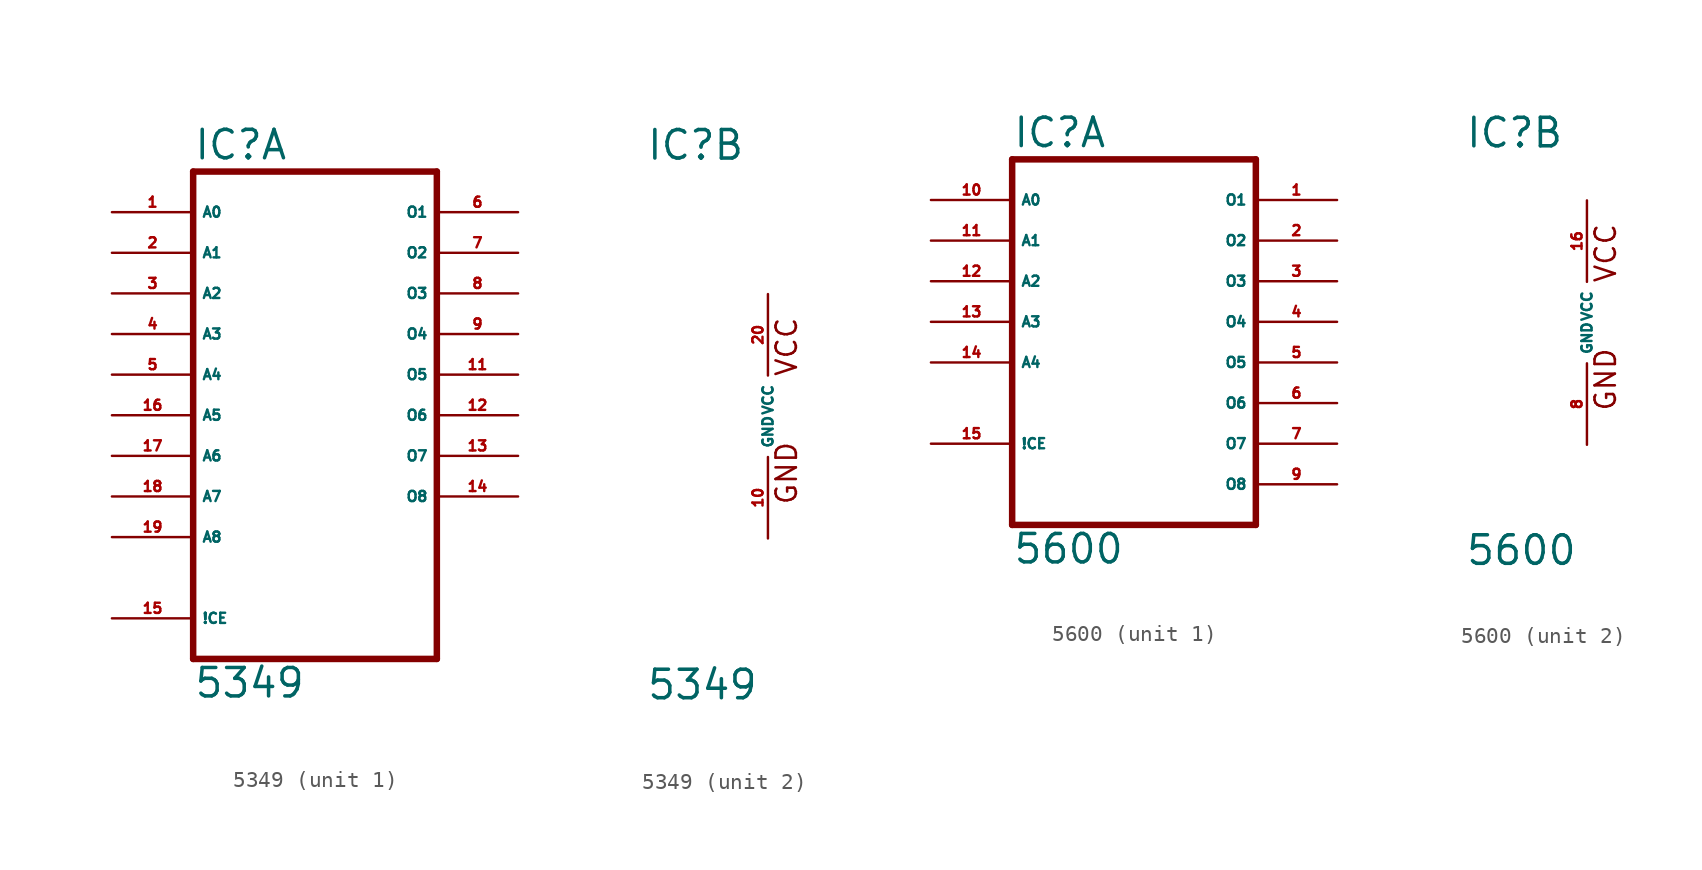
<source format=kicad_sym>
(kicad_symbol_lib
  (version 20220914)
  (generator Eagle2Kicad)
  (symbol "5349"
    (property "Reference" "IC"
      (at -7.62 15.875 0)
      (effects (font (size 1.778 1.778) (thickness 0.22)) (justify left bottom)))
    (property "Value" "5349"
      (at -7.62 -17.78 0)
      (effects (font (size 1.778 1.778) (thickness 0.22)) (justify left bottom)))
    (symbol "5349_1_0"
      (polyline (pts (xy -7.62 -15.24) (xy 7.62 -15.24)) (stroke (width 0.406) (type default)) (fill (type none)))
      (polyline (pts (xy 7.62 -15.24) (xy 7.62 15.24)) (stroke (width 0.406) (type default)) (fill (type none)))
      (polyline (pts (xy 7.62 15.24) (xy -7.62 15.24)) (stroke (width 0.406) (type default)) (fill (type none)))
      (polyline (pts (xy -7.62 15.24) (xy -7.62 -15.24)) (stroke (width 0.406) (type default)) (fill (type none)))
      (pin input line (at -12.7 12.7 0) (length 5.08) (name "A0" (effects (font (size 0.635 0.635) (thickness 0.08)) (justify left bottom))) (number "1" (effects (font (size 0.635 0.635) (thickness 0.08)) (justify left bottom))))
      (pin input line (at -12.7 10.16 0) (length 5.08) (name "A1" (effects (font (size 0.635 0.635) (thickness 0.08)) (justify left bottom))) (number "2" (effects (font (size 0.635 0.635) (thickness 0.08)) (justify left bottom))))
      (pin input line (at -12.7 7.62 0) (length 5.08) (name "A2" (effects (font (size 0.635 0.635) (thickness 0.08)) (justify left bottom))) (number "3" (effects (font (size 0.635 0.635) (thickness 0.08)) (justify left bottom))))
      (pin input line (at -12.7 5.08 0) (length 5.08) (name "A3" (effects (font (size 0.635 0.635) (thickness 0.08)) (justify left bottom))) (number "4" (effects (font (size 0.635 0.635) (thickness 0.08)) (justify left bottom))))
      (pin input line (at -12.7 2.54 0) (length 5.08) (name "A4" (effects (font (size 0.635 0.635) (thickness 0.08)) (justify left bottom))) (number "5" (effects (font (size 0.635 0.635) (thickness 0.08)) (justify left bottom))))
      (pin tri_state line (at 12.7 12.7 180) (length 5.08) (name "O1" (effects (font (size 0.635 0.635) (thickness 0.08)) (justify left bottom))) (number "6" (effects (font (size 0.635 0.635) (thickness 0.08)) (justify left bottom))))
      (pin tri_state line (at 12.7 10.16 180) (length 5.08) (name "O2" (effects (font (size 0.635 0.635) (thickness 0.08)) (justify left bottom))) (number "7" (effects (font (size 0.635 0.635) (thickness 0.08)) (justify left bottom))))
      (pin tri_state line (at 12.7 7.62 180) (length 5.08) (name "O3" (effects (font (size 0.635 0.635) (thickness 0.08)) (justify left bottom))) (number "8" (effects (font (size 0.635 0.635) (thickness 0.08)) (justify left bottom))))
      (pin tri_state line (at 12.7 5.08 180) (length 5.08) (name "O4" (effects (font (size 0.635 0.635) (thickness 0.08)) (justify left bottom))) (number "9" (effects (font (size 0.635 0.635) (thickness 0.08)) (justify left bottom))))
      (pin tri_state line (at 12.7 2.54 180) (length 5.08) (name "O5" (effects (font (size 0.635 0.635) (thickness 0.08)) (justify left bottom))) (number "11" (effects (font (size 0.635 0.635) (thickness 0.08)) (justify left bottom))))
      (pin tri_state line (at 12.7 0 180) (length 5.08) (name "O6" (effects (font (size 0.635 0.635) (thickness 0.08)) (justify left bottom))) (number "12" (effects (font (size 0.635 0.635) (thickness 0.08)) (justify left bottom))))
      (pin tri_state line (at 12.7 -2.54 180) (length 5.08) (name "O7" (effects (font (size 0.635 0.635) (thickness 0.08)) (justify left bottom))) (number "13" (effects (font (size 0.635 0.635) (thickness 0.08)) (justify left bottom))))
      (pin tri_state line (at 12.7 -5.08 180) (length 5.08) (name "O8" (effects (font (size 0.635 0.635) (thickness 0.08)) (justify left bottom))) (number "14" (effects (font (size 0.635 0.635) (thickness 0.08)) (justify left bottom))))
      (pin input line (at -12.7 -12.7 0) (length 5.08) (name "!CE" (effects (font (size 0.635 0.635) (thickness 0.08)) (justify left bottom))) (number "15" (effects (font (size 0.635 0.635) (thickness 0.08)) (justify left bottom))))
      (pin input line (at -12.7 0 0) (length 5.08) (name "A5" (effects (font (size 0.635 0.635) (thickness 0.08)) (justify left bottom))) (number "16" (effects (font (size 0.635 0.635) (thickness 0.08)) (justify left bottom))))
      (pin input line (at -12.7 -2.54 0) (length 5.08) (name "A6" (effects (font (size 0.635 0.635) (thickness 0.08)) (justify left bottom))) (number "17" (effects (font (size 0.635 0.635) (thickness 0.08)) (justify left bottom))))
      (pin input line (at -12.7 -5.08 0) (length 5.08) (name "A7" (effects (font (size 0.635 0.635) (thickness 0.08)) (justify left bottom))) (number "18" (effects (font (size 0.635 0.635) (thickness 0.08)) (justify left bottom))))
      (pin input line (at -12.7 -7.62 0) (length 5.08) (name "A8" (effects (font (size 0.635 0.635) (thickness 0.08)) (justify left bottom))) (number "19" (effects (font (size 0.635 0.635) (thickness 0.08)) (justify left bottom)))))
    (symbol "5349_2_0"
      (text "GND" (at 1.905 -5.588 900) (effects (font (size 1.27 1.27) (thickness 0.16)) (justify left bottom)))
      (text "VCC" (at 1.905 2.413 900) (effects (font (size 1.27 1.27) (thickness 0.16)) (justify left bottom)))
      (pin unspecified line (at 0 -7.62 90) (length 5.08) (name "GND" (effects (font (size 0.635 0.635) (thickness 0.08)) (justify left bottom))) (number "10" (effects (font (size 0.635 0.635) (thickness 0.08)) (justify left bottom))))
      (pin unspecified line (at 0 7.62 270) (length 5.08) (name "VCC" (effects (font (size 0.635 0.635) (thickness 0.08)) (justify left bottom))) (number "20" (effects (font (size 0.635 0.635) (thickness 0.08)) (justify left bottom))))))
  (symbol "5600"
    (property "Reference" "IC"
      (at -7.62 10.795 0)
      (effects (font (size 1.778 1.778) (thickness 0.22)) (justify left bottom)))
    (property "Value" "5600"
      (at -7.62 -15.24 0)
      (effects (font (size 1.778 1.778) (thickness 0.22)) (justify left bottom)))
    (symbol "5600_1_0"
      (polyline (pts (xy -7.62 -12.7) (xy 7.62 -12.7)) (stroke (width 0.406) (type default)) (fill (type none)))
      (polyline (pts (xy 7.62 -12.7) (xy 7.62 10.16)) (stroke (width 0.406) (type default)) (fill (type none)))
      (polyline (pts (xy 7.62 10.16) (xy -7.62 10.16)) (stroke (width 0.406) (type default)) (fill (type none)))
      (polyline (pts (xy -7.62 10.16) (xy -7.62 -12.7)) (stroke (width 0.406) (type default)) (fill (type none)))
      (pin open_collector line (at 12.7 7.62 180) (length 5.08) (name "O1" (effects (font (size 0.635 0.635) (thickness 0.08)) (justify left bottom))) (number "1" (effects (font (size 0.635 0.635) (thickness 0.08)) (justify left bottom))))
      (pin open_collector line (at 12.7 5.08 180) (length 5.08) (name "O2" (effects (font (size 0.635 0.635) (thickness 0.08)) (justify left bottom))) (number "2" (effects (font (size 0.635 0.635) (thickness 0.08)) (justify left bottom))))
      (pin open_collector line (at 12.7 2.54 180) (length 5.08) (name "O3" (effects (font (size 0.635 0.635) (thickness 0.08)) (justify left bottom))) (number "3" (effects (font (size 0.635 0.635) (thickness 0.08)) (justify left bottom))))
      (pin open_collector line (at 12.7 0 180) (length 5.08) (name "O4" (effects (font (size 0.635 0.635) (thickness 0.08)) (justify left bottom))) (number "4" (effects (font (size 0.635 0.635) (thickness 0.08)) (justify left bottom))))
      (pin open_collector line (at 12.7 -2.54 180) (length 5.08) (name "O5" (effects (font (size 0.635 0.635) (thickness 0.08)) (justify left bottom))) (number "5" (effects (font (size 0.635 0.635) (thickness 0.08)) (justify left bottom))))
      (pin open_collector line (at 12.7 -5.08 180) (length 5.08) (name "O6" (effects (font (size 0.635 0.635) (thickness 0.08)) (justify left bottom))) (number "6" (effects (font (size 0.635 0.635) (thickness 0.08)) (justify left bottom))))
      (pin open_collector line (at 12.7 -7.62 180) (length 5.08) (name "O7" (effects (font (size 0.635 0.635) (thickness 0.08)) (justify left bottom))) (number "7" (effects (font (size 0.635 0.635) (thickness 0.08)) (justify left bottom))))
      (pin open_collector line (at 12.7 -10.16 180) (length 5.08) (name "O8" (effects (font (size 0.635 0.635) (thickness 0.08)) (justify left bottom))) (number "9" (effects (font (size 0.635 0.635) (thickness 0.08)) (justify left bottom))))
      (pin input line (at -12.7 7.62 0) (length 5.08) (name "A0" (effects (font (size 0.635 0.635) (thickness 0.08)) (justify left bottom))) (number "10" (effects (font (size 0.635 0.635) (thickness 0.08)) (justify left bottom))))
      (pin input line (at -12.7 5.08 0) (length 5.08) (name "A1" (effects (font (size 0.635 0.635) (thickness 0.08)) (justify left bottom))) (number "11" (effects (font (size 0.635 0.635) (thickness 0.08)) (justify left bottom))))
      (pin input line (at -12.7 2.54 0) (length 5.08) (name "A2" (effects (font (size 0.635 0.635) (thickness 0.08)) (justify left bottom))) (number "12" (effects (font (size 0.635 0.635) (thickness 0.08)) (justify left bottom))))
      (pin input line (at -12.7 0 0) (length 5.08) (name "A3" (effects (font (size 0.635 0.635) (thickness 0.08)) (justify left bottom))) (number "13" (effects (font (size 0.635 0.635) (thickness 0.08)) (justify left bottom))))
      (pin input line (at -12.7 -2.54 0) (length 5.08) (name "A4" (effects (font (size 0.635 0.635) (thickness 0.08)) (justify left bottom))) (number "14" (effects (font (size 0.635 0.635) (thickness 0.08)) (justify left bottom))))
      (pin input line (at -12.7 -7.62 0) (length 5.08) (name "!CE" (effects (font (size 0.635 0.635) (thickness 0.08)) (justify left bottom))) (number "15" (effects (font (size 0.635 0.635) (thickness 0.08)) (justify left bottom)))))
    (symbol "5600_2_0"
      (text "GND" (at 1.905 -5.588 900) (effects (font (size 1.27 1.27) (thickness 0.16)) (justify left bottom)))
      (text "VCC" (at 1.905 2.413 900) (effects (font (size 1.27 1.27) (thickness 0.16)) (justify left bottom)))
      (pin unspecified line (at 0 -7.62 90) (length 5.08) (name "GND" (effects (font (size 0.635 0.635) (thickness 0.08)) (justify left bottom))) (number "8" (effects (font (size 0.635 0.635) (thickness 0.08)) (justify left bottom))))
      (pin unspecified line (at 0 7.62 270) (length 5.08) (name "VCC" (effects (font (size 0.635 0.635) (thickness 0.08)) (justify left bottom))) (number "16" (effects (font (size 0.635 0.635) (thickness 0.08)) (justify left bottom)))))))
</source>
